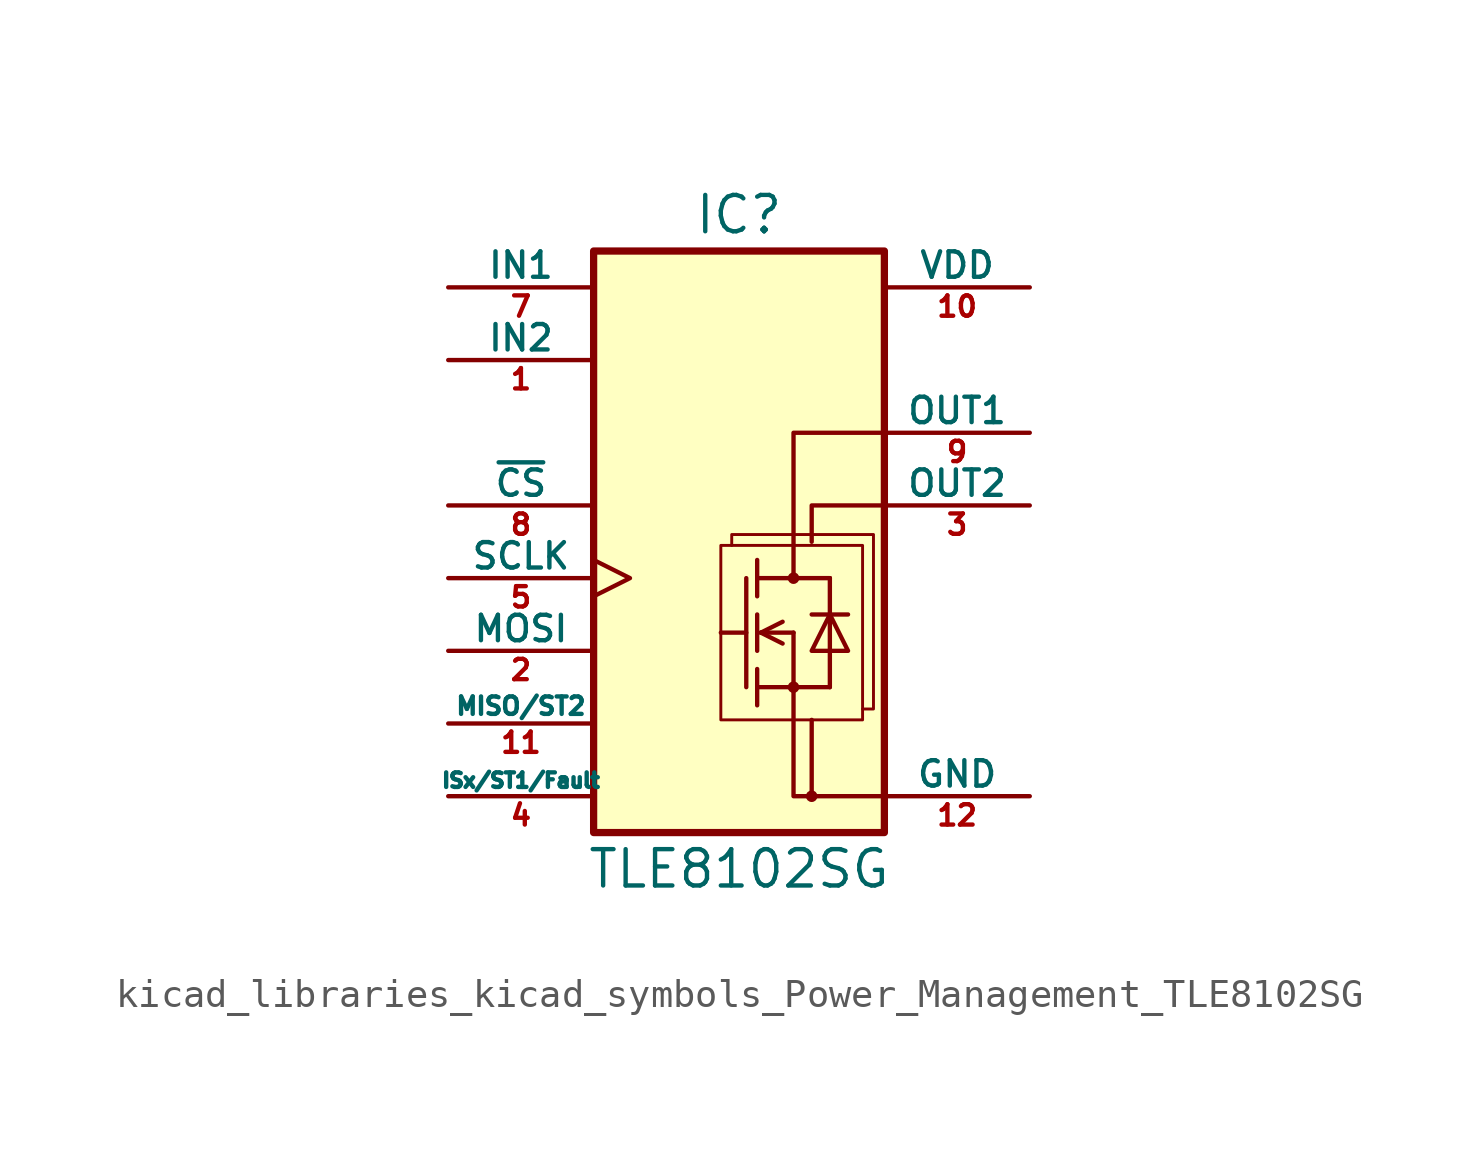
<source format=kicad_sym>
(kicad_symbol_lib
  (version 20220914)
  (generator kicad_symbol_editor)
  (symbol "kicad_libraries_kicad_symbols_Power_Management_TLE8102SG"
    (pin_names
      (offset 0))
    (property "Reference" "IC"
      (at 0 12.7 0)
      (effects (font (size 1.27 1.27))))
    (property "Value" "TLE8102SG"
      (at 0 -10.16 0)
      (effects (font (size 1.27 1.27))))
    (symbol "kicad_libraries_kicad_symbols_Power_Management_TLE8102SG_0_1"
      (rectangle (start -5.08 11.43) (end 5.08 -8.89) (stroke (width 0.254) (type default)) (fill (type background)))
      (rectangle (start -0.635 1.143) (end 4.318 -4.953) (stroke (width 0.102) (type default)) (fill (type background)))
      (polyline (pts (xy -0.635 -1.905) (xy 0.254 -1.905)) (stroke (width 0.152) (type default)) (fill (type none)))
      (polyline (pts (xy 0.254 0) (xy 0.254 -3.81)) (stroke (width 0.152) (type default)) (fill (type none)))
      (polyline (pts (xy 0.635 -3.81) (xy 3.175 -3.81)) (stroke (width 0.152) (type default)) (fill (type none)))
      (polyline (pts (xy 0.635 -3.175) (xy 0.635 -4.445)) (stroke (width 0.152) (type default)) (fill (type none)))
      (polyline (pts (xy 0.635 -1.27) (xy 0.635 -2.54)) (stroke (width 0.152) (type default)) (fill (type none)))
      (polyline (pts (xy 0.635 0.635) (xy 0.635 -0.635)) (stroke (width 0.152) (type default)) (fill (type none)))
      (polyline (pts (xy 0.762 -1.905) (xy 1.524 -2.286)) (stroke (width 0.152) (type default)) (fill (type none)))
      (polyline (pts (xy 0.762 -1.905) (xy 1.524 -1.524)) (stroke (width 0.152) (type default)) (fill (type none)))
      (polyline (pts (xy 0.762 -1.905) (xy 1.905 -1.905)) (stroke (width 0) (type default)) (fill (type none)))
      (polyline (pts (xy 2.54 -4.953) (xy 2.54 -7.62)) (stroke (width 0.152) (type default)) (fill (type none)))
      (polyline (pts (xy 2.54 -1.27) (xy 3.81 -1.27)) (stroke (width 0.152) (type default)) (fill (type none)))
      (polyline (pts (xy 3.175 0) (xy 0.635 0)) (stroke (width 0.152) (type default)) (fill (type none)))
      (polyline (pts (xy 3.175 0) (xy 3.175 -3.81)) (stroke (width 0.152) (type default)) (fill (type none)))
      (polyline (pts (xy 3.175 0) (xy 3.175 0)) (stroke (width 0) (type default)) (fill (type none)))
      (polyline (pts (xy 5.08 -7.62) (xy 2.54 -7.62)) (stroke (width 0.152) (type default)) (fill (type none)))
      (polyline (pts (xy 1.905 -1.905) (xy 1.905 -2.54) (xy 1.905 -3.81)) (stroke (width 0.152) (type default)) (fill (type none)))
      (polyline (pts (xy 1.905 0) (xy 1.905 5.08) (xy 5.08 5.08)) (stroke (width 0.152) (type default)) (fill (type none)))
      (polyline (pts (xy 2.54 -7.62) (xy 1.905 -7.62) (xy 1.905 -3.81)) (stroke (width 0.152) (type default)) (fill (type none)))
      (polyline (pts (xy 5.08 2.54) (xy 2.54 2.54) (xy 2.54 1.27)) (stroke (width 0.152) (type default)) (fill (type none)))
      (polyline (pts (xy 3.175 -1.27) (xy 2.54 -2.54) (xy 3.81 -2.54) (xy 3.175 -1.27)) (stroke (width 0.152) (type default)) (fill (type none)))
      (polyline (pts (xy -0.254 1.143) (xy -0.254 1.524) (xy 4.699 1.524) (xy 4.699 -4.572) (xy 4.318 -4.572)) (stroke (width 0.102) (type default)) (fill (type background)))
      (circle (center 1.905 -3.81) (radius 0.127) (stroke (width 0.152) (type default)) (fill (type none)))
      (circle (center 1.905 0) (radius 0.127) (stroke (width 0.152) (type default)) (fill (type none)))
      (circle (center 2.54 -7.62) (radius 0.127) (stroke (width 0.152) (type default)) (fill (type none))))
    (symbol "kicad_libraries_kicad_symbols_Power_Management_TLE8102SG_1_1"
      (pin input line (at -10.16 7.62 0) (length 5.08) (name "IN2" (effects (font (size 0.889 0.889)))) (number "1" (effects (font (size 0.711 0.711)))))
      (pin power_in line (at 10.16 10.16 180) (length 5.08) (name "VDD" (effects (font (size 0.889 0.889)))) (number "10" (effects (font (size 0.711 0.711)))))
      (pin passive line (at -10.16 -5.08 0) (length 5.08) (name "MISO/ST2" (effects (font (size 0.61 0.61)))) (number "11" (effects (font (size 0.711 0.711)))))
      (pin power_in line (at 10.16 -7.62 180) (length 5.08) (name "GND" (effects (font (size 0.889 0.889)))) (number "12" (effects (font (size 0.711 0.711)))))
      (pin passive line (at 10.16 -7.62 180) (length 5.08) hide (name "GND" (effects (font (size 0.889 0.889)))) (number "13" (effects (font (size 0.711 0.711)))))
      (pin input line (at -10.16 -2.54 0) (length 5.08) (name "MOSI" (effects (font (size 0.889 0.889)))) (number "2" (effects (font (size 0.711 0.711)))))
      (pin open_collector line (at 10.16 2.54 180) (length 5.08) (name "OUT2" (effects (font (size 0.889 0.889)))) (number "3" (effects (font (size 0.711 0.711)))))
      (pin passive line (at -10.16 -7.62 0) (length 5.08) (name "ISx/ST1/Fault" (effects (font (size 0.508 0.508)))) (number "4" (effects (font (size 0.711 0.711)))))
      (pin input clock (at -10.16 0 0) (length 5.08) (name "SCLK" (effects (font (size 0.889 0.889)))) (number "5" (effects (font (size 0.711 0.711)))))
      (pin passive line (at 10.16 -7.62 180) (length 5.08) hide (name "GND" (effects (font (size 0.889 0.889)))) (number "6" (effects (font (size 0.711 0.711)))))
      (pin input line (at -10.16 10.16 0) (length 5.08) (name "IN1" (effects (font (size 0.889 0.889)))) (number "7" (effects (font (size 0.711 0.711)))))
      (pin input line (at -10.16 2.54 0) (length 5.08) (name "~{CS}" (effects (font (size 0.889 0.889)))) (number "8" (effects (font (size 0.711 0.711)))))
      (pin open_collector line (at 10.16 5.08 180) (length 5.08) (name "OUT1" (effects (font (size 0.889 0.889)))) (number "9" (effects (font (size 0.711 0.711))))))))
</source>
